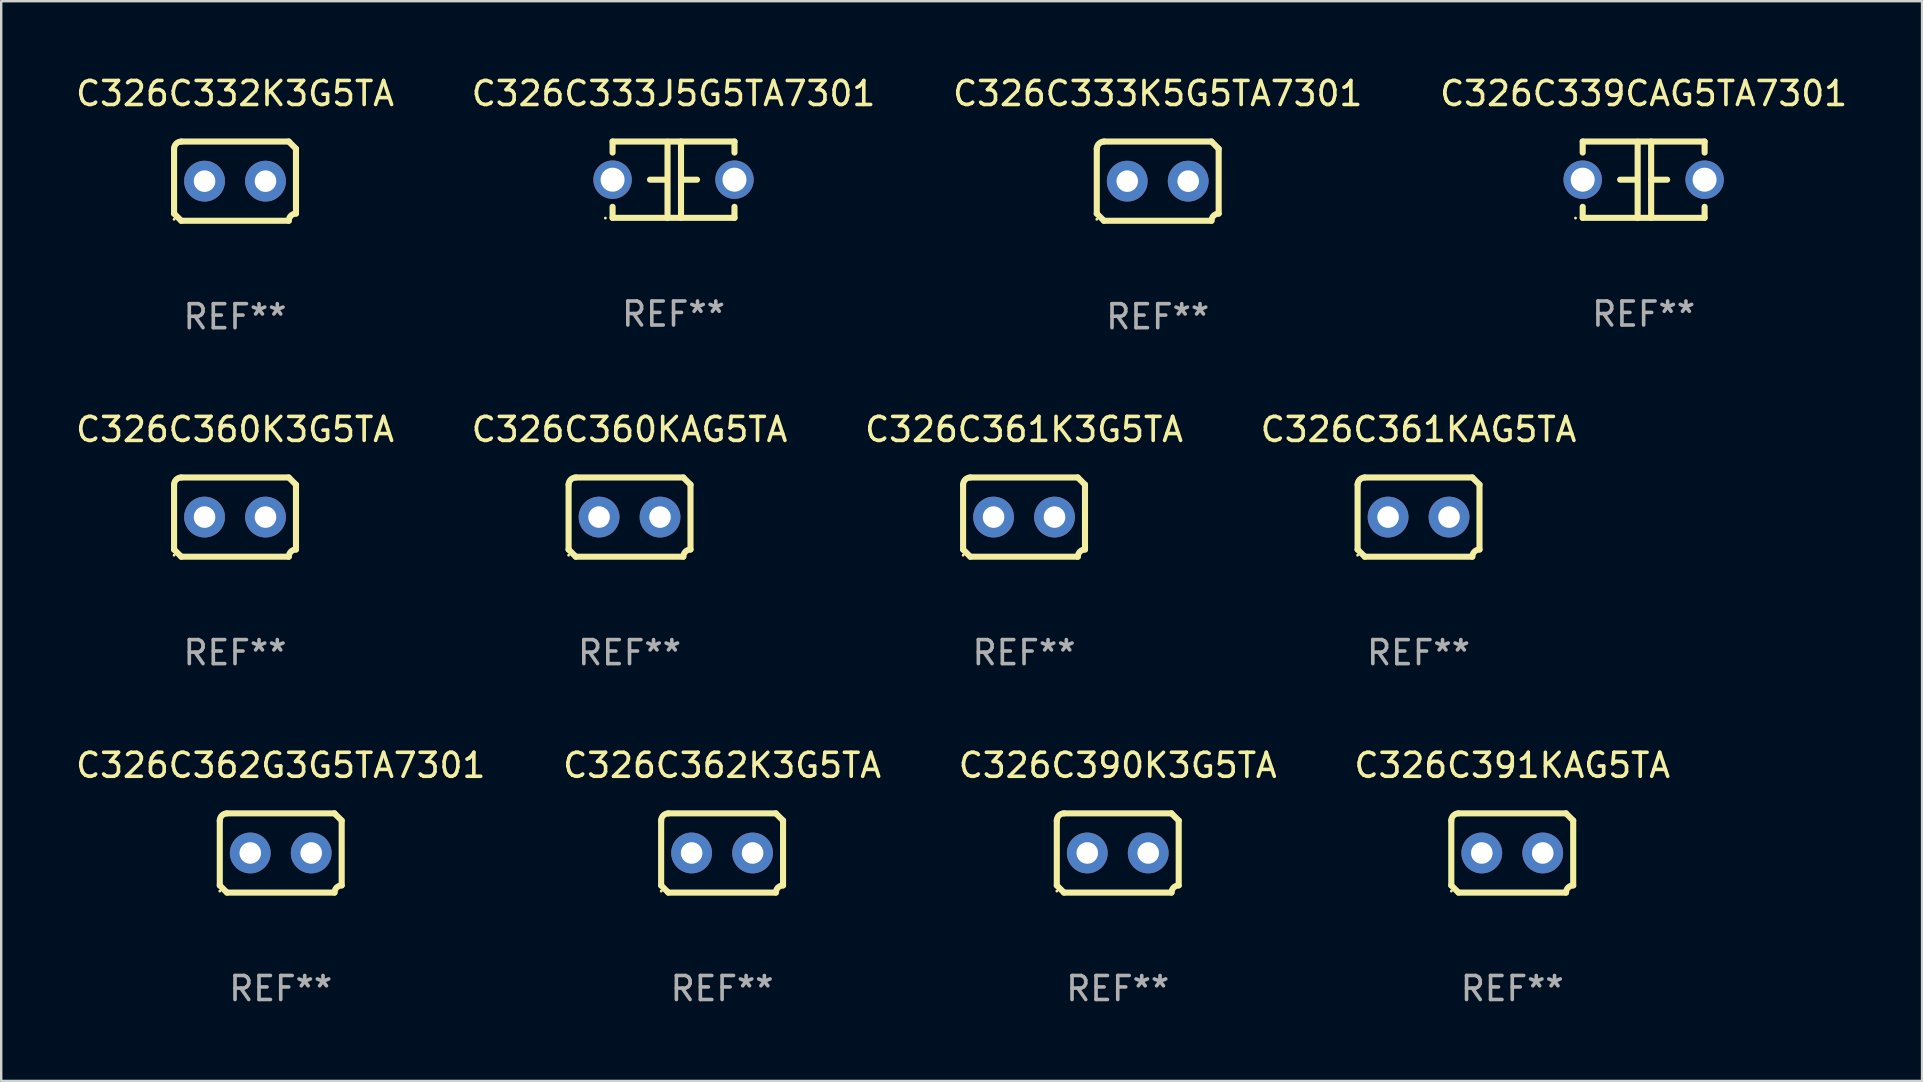
<source format=kicad_pcb>
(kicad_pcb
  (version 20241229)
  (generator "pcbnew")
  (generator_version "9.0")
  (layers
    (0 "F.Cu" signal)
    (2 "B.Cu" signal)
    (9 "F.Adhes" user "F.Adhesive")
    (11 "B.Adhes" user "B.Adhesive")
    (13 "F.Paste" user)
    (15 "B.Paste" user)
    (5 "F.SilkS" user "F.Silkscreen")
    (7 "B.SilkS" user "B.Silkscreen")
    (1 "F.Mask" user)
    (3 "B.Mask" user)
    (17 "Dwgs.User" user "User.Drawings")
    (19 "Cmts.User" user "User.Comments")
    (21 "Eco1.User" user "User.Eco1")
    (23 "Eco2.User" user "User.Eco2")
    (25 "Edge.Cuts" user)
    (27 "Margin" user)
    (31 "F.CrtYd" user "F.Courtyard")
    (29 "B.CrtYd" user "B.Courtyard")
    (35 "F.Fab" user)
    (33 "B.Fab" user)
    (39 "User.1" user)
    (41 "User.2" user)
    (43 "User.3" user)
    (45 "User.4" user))
  (footprint "C326C333J5G5TA7301"
    (layer "F.Cu")
    (at 25.018 4.443)
    (property "Reference" "C326C333J5G5TA7301" (at 0 -3.595 0) (layer "F.SilkS") (effects (font (size 1 1) (thickness 0.15))))
    (attr through_hole)
    (fp_line (start -2.54 -1.595) (end -2.54 -1.136) (stroke (width 0.254) (type solid)) (layer "F.SilkS"))
    (fp_line (start -2.54 -1.595) (end 2.54 -1.595) (stroke (width 0.254) (type solid)) (layer "F.SilkS"))
    (fp_line (start -2.54 1.126) (end -2.54 1.585) (stroke (width 0.254) (type solid)) (layer "F.SilkS"))
    (fp_line (start -0.312 -0.005) (end -0.98 -0.005) (stroke (width 0.254) (type solid)) (layer "F.SilkS"))
    (fp_line (start -0.25 -1.585) (end -0.25 1.595) (stroke (width 0.254) (type solid)) (layer "F.SilkS"))
    (fp_line (start 0.312 -1.595) (end 0.312 1.585) (stroke (width 0.254) (type solid)) (layer "F.SilkS"))
    (fp_line (start 0.312 -0.005) (end 0.98 -0.005) (stroke (width 0.254) (type solid)) (layer "F.SilkS"))
    (fp_line (start 2.54 -1.595) (end 2.54 -1.136) (stroke (width 0.254) (type solid)) (layer "F.SilkS"))
    (fp_line (start 2.54 1.126) (end 2.54 1.585) (stroke (width 0.254) (type solid)) (layer "F.SilkS"))
    (fp_line (start 2.54 1.585) (end -2.54 1.585) (stroke (width 0.254) (type solid)) (layer "F.SilkS"))
    (fp_circle (center -2.84 1.595) (end -2.81 1.595) (stroke (width 0.06) (type solid)) (fill no) (layer "F.SilkS"))
    (fp_text user "REF**" (at 0 5.595 0) (layer "F.Fab") (effects (font (size 1 1) (thickness 0.15))))
    (pad "1" thru_hole circle (at -2.54 -0.005) (size 1.6 1.6) (drill 1) (layers "*.Cu" "*.Mask"))
    (pad "2" thru_hole circle (at 2.54 -0.005) (size 1.6 1.6) (drill 1) (layers "*.Cu" "*.Mask")))
  (footprint "C326C361KAG5TA"
    (layer "F.Cu")
    (at 56.065 18.498)
    (property "Reference" "C326C361KAG5TA" (at 0 -3.651 0) (layer "F.SilkS") (effects (font (size 1 1) (thickness 0.15))))
    (attr through_hole)
    (fp_line (start -2.54 -1.351) (end -2.54 1.351) (stroke (width 0.254) (type solid)) (layer "F.SilkS"))
    (fp_line (start -2.24 -1.651) (end 2.24 -1.651) (stroke (width 0.254) (type solid)) (layer "F.SilkS"))
    (fp_line (start 2.24 1.651) (end -2.24 1.651) (stroke (width 0.254) (type solid)) (layer "F.SilkS"))
    (fp_line (start 2.54 1.351) (end 2.54 -1.351) (stroke (width 0.254) (type solid)) (layer "F.SilkS"))
    (fp_arc (start -2.540005 -1.351283) (mid -2.450115 -1.561309) (end -2.240005 -1.651003) (stroke (width 0.254001) (type solid)) (layer "F.SilkS"))
    (fp_arc (start -2.240287 1.651001) (mid -2.390163 1.501019) (end -2.540005 1.351003) (stroke (width 0.254001) (type solid)) (layer "F.SilkS"))
    (fp_arc (start 2.240005 1.651003) (mid 2.329934 1.441015) (end 2.540005 1.351282) (stroke (width 0.254001) (type solid)) (layer "F.SilkS"))
    (fp_arc (start 2.540005 -1.351003) (mid 2.389393 -1.500252) (end 2.240284 -1.651003) (stroke (width 0.254001) (type solid)) (layer "F.SilkS"))
    (fp_circle (center -2.54 1.59) (end -2.51 1.59) (stroke (width 0.06) (type solid)) (fill no) (layer "F.SilkS"))
    (fp_text user "REF**" (at 0 5.651 0) (layer "F.Fab") (effects (font (size 1 1) (thickness 0.15))))
    (pad "1" thru_hole circle (at -1.27 0) (size 1.7 1.7) (drill 0.9) (layers "*.Cu" "*.Mask"))
    (pad "2" thru_hole circle (at 1.27 0) (size 1.7 1.7) (drill 0.9) (layers "*.Cu" "*.Mask")))
  (footprint "C326C362G3G5TA7301"
    (layer "F.Cu")
    (at 8.649 32.496)
    (property "Reference" "C326C362G3G5TA7301" (at 0 -3.651 0) (layer "F.SilkS") (effects (font (size 1 1) (thickness 0.15))))
    (attr through_hole)
    (fp_line (start -2.54 -1.351) (end -2.54 1.351) (stroke (width 0.254) (type solid)) (layer "F.SilkS"))
    (fp_line (start -2.24 -1.651) (end 2.24 -1.651) (stroke (width 0.254) (type solid)) (layer "F.SilkS"))
    (fp_line (start 2.24 1.651) (end -2.24 1.651) (stroke (width 0.254) (type solid)) (layer "F.SilkS"))
    (fp_line (start 2.54 1.351) (end 2.54 -1.351) (stroke (width 0.254) (type solid)) (layer "F.SilkS"))
    (fp_arc (start -2.540005 -1.351283) (mid -2.450115 -1.561309) (end -2.240005 -1.651003) (stroke (width 0.254001) (type solid)) (layer "F.SilkS"))
    (fp_arc (start -2.240287 1.651001) (mid -2.390163 1.501019) (end -2.540005 1.351003) (stroke (width 0.254001) (type solid)) (layer "F.SilkS"))
    (fp_arc (start 2.240005 1.651003) (mid 2.329934 1.441015) (end 2.540005 1.351282) (stroke (width 0.254001) (type solid)) (layer "F.SilkS"))
    (fp_arc (start 2.540005 -1.351003) (mid 2.389393 -1.500252) (end 2.240284 -1.651003) (stroke (width 0.254001) (type solid)) (layer "F.SilkS"))
    (fp_circle (center -2.54 1.59) (end -2.51 1.59) (stroke (width 0.06) (type solid)) (fill no) (layer "F.SilkS"))
    (fp_text user "REF**" (at 0 5.651 0) (layer "F.Fab") (effects (font (size 1 1) (thickness 0.15))))
    (pad "1" thru_hole circle (at -1.27 0) (size 1.7 1.7) (drill 0.9) (layers "*.Cu" "*.Mask"))
    (pad "2" thru_hole circle (at 1.27 0) (size 1.7 1.7) (drill 0.9) (layers "*.Cu" "*.Mask")))
  (footprint "C326C361K3G5TA"
    (layer "F.Cu")
    (at 39.625 18.498)
    (property "Reference" "C326C361K3G5TA" (at 0 -3.651 0) (layer "F.SilkS") (effects (font (size 1 1) (thickness 0.15))))
    (attr through_hole)
    (fp_line (start -2.54 -1.351) (end -2.54 1.351) (stroke (width 0.254) (type solid)) (layer "F.SilkS"))
    (fp_line (start -2.24 -1.651) (end 2.24 -1.651) (stroke (width 0.254) (type solid)) (layer "F.SilkS"))
    (fp_line (start 2.24 1.651) (end -2.24 1.651) (stroke (width 0.254) (type solid)) (layer "F.SilkS"))
    (fp_line (start 2.54 1.351) (end 2.54 -1.351) (stroke (width 0.254) (type solid)) (layer "F.SilkS"))
    (fp_arc (start -2.540005 -1.351283) (mid -2.450115 -1.561309) (end -2.240005 -1.651003) (stroke (width 0.254001) (type solid)) (layer "F.SilkS"))
    (fp_arc (start -2.240287 1.651001) (mid -2.390163 1.501019) (end -2.540005 1.351003) (stroke (width 0.254001) (type solid)) (layer "F.SilkS"))
    (fp_arc (start 2.240005 1.651003) (mid 2.329934 1.441015) (end 2.540005 1.351282) (stroke (width 0.254001) (type solid)) (layer "F.SilkS"))
    (fp_arc (start 2.540005 -1.351003) (mid 2.389393 -1.500252) (end 2.240284 -1.651003) (stroke (width 0.254001) (type solid)) (layer "F.SilkS"))
    (fp_circle (center -2.54 1.59) (end -2.51 1.59) (stroke (width 0.06) (type solid)) (fill no) (layer "F.SilkS"))
    (fp_text user "REF**" (at 0 5.651 0) (layer "F.Fab") (effects (font (size 1 1) (thickness 0.15))))
    (pad "1" thru_hole circle (at -1.27 0) (size 1.7 1.7) (drill 0.9) (layers "*.Cu" "*.Mask"))
    (pad "2" thru_hole circle (at 1.27 0) (size 1.7 1.7) (drill 0.9) (layers "*.Cu" "*.Mask")))
  (footprint "C326C360K3G5TA"
    (layer "F.Cu")
    (at 6.744 18.498)
    (property "Reference" "C326C360K3G5TA" (at 0 -3.651 0) (layer "F.SilkS") (effects (font (size 1 1) (thickness 0.15))))
    (attr through_hole)
    (fp_line (start -2.54 -1.351) (end -2.54 1.351) (stroke (width 0.254) (type solid)) (layer "F.SilkS"))
    (fp_line (start -2.24 -1.651) (end 2.24 -1.651) (stroke (width 0.254) (type solid)) (layer "F.SilkS"))
    (fp_line (start 2.24 1.651) (end -2.24 1.651) (stroke (width 0.254) (type solid)) (layer "F.SilkS"))
    (fp_line (start 2.54 1.351) (end 2.54 -1.351) (stroke (width 0.254) (type solid)) (layer "F.SilkS"))
    (fp_arc (start -2.540005 -1.351283) (mid -2.450115 -1.561309) (end -2.240005 -1.651003) (stroke (width 0.254001) (type solid)) (layer "F.SilkS"))
    (fp_arc (start -2.240287 1.651001) (mid -2.390163 1.501019) (end -2.540005 1.351003) (stroke (width 0.254001) (type solid)) (layer "F.SilkS"))
    (fp_arc (start 2.240005 1.651003) (mid 2.329934 1.441015) (end 2.540005 1.351282) (stroke (width 0.254001) (type solid)) (layer "F.SilkS"))
    (fp_arc (start 2.540005 -1.351003) (mid 2.389393 -1.500252) (end 2.240284 -1.651003) (stroke (width 0.254001) (type solid)) (layer "F.SilkS"))
    (fp_circle (center -2.54 1.59) (end -2.51 1.59) (stroke (width 0.06) (type solid)) (fill no) (layer "F.SilkS"))
    (fp_text user "REF**" (at 0 5.651 0) (layer "F.Fab") (effects (font (size 1 1) (thickness 0.15))))
    (pad "1" thru_hole circle (at -1.27 0) (size 1.7 1.7) (drill 0.9) (layers "*.Cu" "*.Mask"))
    (pad "2" thru_hole circle (at 1.27 0) (size 1.7 1.7) (drill 0.9) (layers "*.Cu" "*.Mask")))
  (footprint "C326C391KAG5TA"
    (layer "F.Cu")
    (at 59.97 32.496)
    (property "Reference" "C326C391KAG5TA" (at 0 -3.651 0) (layer "F.SilkS") (effects (font (size 1 1) (thickness 0.15))))
    (attr through_hole)
    (fp_line (start -2.54 -1.351) (end -2.54 1.351) (stroke (width 0.254) (type solid)) (layer "F.SilkS"))
    (fp_line (start -2.24 -1.651) (end 2.24 -1.651) (stroke (width 0.254) (type solid)) (layer "F.SilkS"))
    (fp_line (start 2.24 1.651) (end -2.24 1.651) (stroke (width 0.254) (type solid)) (layer "F.SilkS"))
    (fp_line (start 2.54 1.351) (end 2.54 -1.351) (stroke (width 0.254) (type solid)) (layer "F.SilkS"))
    (fp_arc (start -2.540005 -1.351283) (mid -2.450115 -1.561309) (end -2.240005 -1.651003) (stroke (width 0.254001) (type solid)) (layer "F.SilkS"))
    (fp_arc (start -2.240287 1.651001) (mid -2.390163 1.501019) (end -2.540005 1.351003) (stroke (width 0.254001) (type solid)) (layer "F.SilkS"))
    (fp_arc (start 2.240005 1.651003) (mid 2.329934 1.441015) (end 2.540005 1.351282) (stroke (width 0.254001) (type solid)) (layer "F.SilkS"))
    (fp_arc (start 2.540005 -1.351003) (mid 2.389393 -1.500252) (end 2.240284 -1.651003) (stroke (width 0.254001) (type solid)) (layer "F.SilkS"))
    (fp_circle (center -2.54 1.59) (end -2.51 1.59) (stroke (width 0.06) (type solid)) (fill no) (layer "F.SilkS"))
    (fp_text user "REF**" (at 0 5.651 0) (layer "F.Fab") (effects (font (size 1 1) (thickness 0.15))))
    (pad "1" thru_hole circle (at -1.27 0) (size 1.7 1.7) (drill 0.9) (layers "*.Cu" "*.Mask"))
    (pad "2" thru_hole circle (at 1.27 0) (size 1.7 1.7) (drill 0.9) (layers "*.Cu" "*.Mask")))
  (footprint "C326C390K3G5TA"
    (layer "F.Cu")
    (at 43.53 32.496)
    (property "Reference" "C326C390K3G5TA" (at 0 -3.651 0) (layer "F.SilkS") (effects (font (size 1 1) (thickness 0.15))))
    (attr through_hole)
    (fp_line (start -2.54 -1.351) (end -2.54 1.351) (stroke (width 0.254) (type solid)) (layer "F.SilkS"))
    (fp_line (start -2.24 -1.651) (end 2.24 -1.651) (stroke (width 0.254) (type solid)) (layer "F.SilkS"))
    (fp_line (start 2.24 1.651) (end -2.24 1.651) (stroke (width 0.254) (type solid)) (layer "F.SilkS"))
    (fp_line (start 2.54 1.351) (end 2.54 -1.351) (stroke (width 0.254) (type solid)) (layer "F.SilkS"))
    (fp_arc (start -2.540005 -1.351283) (mid -2.450115 -1.561309) (end -2.240005 -1.651003) (stroke (width 0.254001) (type solid)) (layer "F.SilkS"))
    (fp_arc (start -2.240287 1.651001) (mid -2.390163 1.501019) (end -2.540005 1.351003) (stroke (width 0.254001) (type solid)) (layer "F.SilkS"))
    (fp_arc (start 2.240005 1.651003) (mid 2.329934 1.441015) (end 2.540005 1.351282) (stroke (width 0.254001) (type solid)) (layer "F.SilkS"))
    (fp_arc (start 2.540005 -1.351003) (mid 2.389393 -1.500252) (end 2.240284 -1.651003) (stroke (width 0.254001) (type solid)) (layer "F.SilkS"))
    (fp_circle (center -2.54 1.59) (end -2.51 1.59) (stroke (width 0.06) (type solid)) (fill no) (layer "F.SilkS"))
    (fp_text user "REF**" (at 0 5.651 0) (layer "F.Fab") (effects (font (size 1 1) (thickness 0.15))))
    (pad "1" thru_hole circle (at -1.27 0) (size 1.7 1.7) (drill 0.9) (layers "*.Cu" "*.Mask"))
    (pad "2" thru_hole circle (at 1.27 0) (size 1.7 1.7) (drill 0.9) (layers "*.Cu" "*.Mask")))
  (footprint "C326C362K3G5TA"
    (layer "F.Cu")
    (at 27.042 32.496)
    (property "Reference" "C326C362K3G5TA" (at 0 -3.651 0) (layer "F.SilkS") (effects (font (size 1 1) (thickness 0.15))))
    (attr through_hole)
    (fp_line (start -2.54 -1.351) (end -2.54 1.351) (stroke (width 0.254) (type solid)) (layer "F.SilkS"))
    (fp_line (start -2.24 -1.651) (end 2.24 -1.651) (stroke (width 0.254) (type solid)) (layer "F.SilkS"))
    (fp_line (start 2.24 1.651) (end -2.24 1.651) (stroke (width 0.254) (type solid)) (layer "F.SilkS"))
    (fp_line (start 2.54 1.351) (end 2.54 -1.351) (stroke (width 0.254) (type solid)) (layer "F.SilkS"))
    (fp_arc (start -2.540005 -1.351283) (mid -2.450115 -1.561309) (end -2.240005 -1.651003) (stroke (width 0.254001) (type solid)) (layer "F.SilkS"))
    (fp_arc (start -2.240287 1.651001) (mid -2.390163 1.501019) (end -2.540005 1.351003) (stroke (width 0.254001) (type solid)) (layer "F.SilkS"))
    (fp_arc (start 2.240005 1.651003) (mid 2.329934 1.441015) (end 2.540005 1.351282) (stroke (width 0.254001) (type solid)) (layer "F.SilkS"))
    (fp_arc (start 2.540005 -1.351003) (mid 2.389393 -1.500252) (end 2.240284 -1.651003) (stroke (width 0.254001) (type solid)) (layer "F.SilkS"))
    (fp_circle (center -2.54 1.59) (end -2.51 1.59) (stroke (width 0.06) (type solid)) (fill no) (layer "F.SilkS"))
    (fp_text user "REF**" (at 0 5.651 0) (layer "F.Fab") (effects (font (size 1 1) (thickness 0.15))))
    (pad "1" thru_hole circle (at -1.27 0) (size 1.7 1.7) (drill 0.9) (layers "*.Cu" "*.Mask"))
    (pad "2" thru_hole circle (at 1.27 0) (size 1.7 1.7) (drill 0.9) (layers "*.Cu" "*.Mask")))
  (footprint "C326C339CAG5TA7301"
    (layer "F.Cu")
    (at 65.446 4.443)
    (property "Reference" "C326C339CAG5TA7301" (at 0 -3.595 0) (layer "F.SilkS") (effects (font (size 1 1) (thickness 0.15))))
    (attr through_hole)
    (fp_line (start -2.54 -1.595) (end -2.54 -1.136) (stroke (width 0.254) (type solid)) (layer "F.SilkS"))
    (fp_line (start -2.54 -1.595) (end 2.54 -1.595) (stroke (width 0.254) (type solid)) (layer "F.SilkS"))
    (fp_line (start -2.54 1.126) (end -2.54 1.585) (stroke (width 0.254) (type solid)) (layer "F.SilkS"))
    (fp_line (start -0.312 -0.005) (end -0.98 -0.005) (stroke (width 0.254) (type solid)) (layer "F.SilkS"))
    (fp_line (start -0.25 -1.585) (end -0.25 1.595) (stroke (width 0.254) (type solid)) (layer "F.SilkS"))
    (fp_line (start 0.312 -1.595) (end 0.312 1.585) (stroke (width 0.254) (type solid)) (layer "F.SilkS"))
    (fp_line (start 0.312 -0.005) (end 0.98 -0.005) (stroke (width 0.254) (type solid)) (layer "F.SilkS"))
    (fp_line (start 2.54 -1.595) (end 2.54 -1.136) (stroke (width 0.254) (type solid)) (layer "F.SilkS"))
    (fp_line (start 2.54 1.126) (end 2.54 1.585) (stroke (width 0.254) (type solid)) (layer "F.SilkS"))
    (fp_line (start 2.54 1.585) (end -2.54 1.585) (stroke (width 0.254) (type solid)) (layer "F.SilkS"))
    (fp_circle (center -2.84 1.595) (end -2.81 1.595) (stroke (width 0.06) (type solid)) (fill no) (layer "F.SilkS"))
    (fp_text user "REF**" (at 0 5.595 0) (layer "F.Fab") (effects (font (size 1 1) (thickness 0.15))))
    (pad "1" thru_hole circle (at -2.54 -0.005) (size 1.6 1.6) (drill 1) (layers "*.Cu" "*.Mask"))
    (pad "2" thru_hole circle (at 2.54 -0.005) (size 1.6 1.6) (drill 1) (layers "*.Cu" "*.Mask")))
  (footprint "C326C360KAG5TA"
    (layer "F.Cu")
    (at 23.185 18.498)
    (property "Reference" "C326C360KAG5TA" (at 0 -3.651 0) (layer "F.SilkS") (effects (font (size 1 1) (thickness 0.15))))
    (attr through_hole)
    (fp_line (start -2.54 -1.351) (end -2.54 1.351) (stroke (width 0.254) (type solid)) (layer "F.SilkS"))
    (fp_line (start -2.24 -1.651) (end 2.24 -1.651) (stroke (width 0.254) (type solid)) (layer "F.SilkS"))
    (fp_line (start 2.24 1.651) (end -2.24 1.651) (stroke (width 0.254) (type solid)) (layer "F.SilkS"))
    (fp_line (start 2.54 1.351) (end 2.54 -1.351) (stroke (width 0.254) (type solid)) (layer "F.SilkS"))
    (fp_arc (start -2.540005 -1.351283) (mid -2.450115 -1.561309) (end -2.240005 -1.651003) (stroke (width 0.254001) (type solid)) (layer "F.SilkS"))
    (fp_arc (start -2.240287 1.651001) (mid -2.390163 1.501019) (end -2.540005 1.351003) (stroke (width 0.254001) (type solid)) (layer "F.SilkS"))
    (fp_arc (start 2.240005 1.651003) (mid 2.329934 1.441015) (end 2.540005 1.351282) (stroke (width 0.254001) (type solid)) (layer "F.SilkS"))
    (fp_arc (start 2.540005 -1.351003) (mid 2.389393 -1.500252) (end 2.240284 -1.651003) (stroke (width 0.254001) (type solid)) (layer "F.SilkS"))
    (fp_circle (center -2.54 1.59) (end -2.51 1.59) (stroke (width 0.06) (type solid)) (fill no) (layer "F.SilkS"))
    (fp_text user "REF**" (at 0 5.651 0) (layer "F.Fab") (effects (font (size 1 1) (thickness 0.15))))
    (pad "1" thru_hole circle (at -1.27 0) (size 1.7 1.7) (drill 0.9) (layers "*.Cu" "*.Mask"))
    (pad "2" thru_hole circle (at 1.27 0) (size 1.7 1.7) (drill 0.9) (layers "*.Cu" "*.Mask")))
  (footprint "C326C332K3G5TA"
    (layer "F.Cu")
    (at 6.744 4.499)
    (property "Reference" "C326C332K3G5TA" (at 0 -3.651 0) (layer "F.SilkS") (effects (font (size 1 1) (thickness 0.15))))
    (attr through_hole)
    (fp_line (start -2.54 -1.351) (end -2.54 1.351) (stroke (width 0.254) (type solid)) (layer "F.SilkS"))
    (fp_line (start -2.24 -1.651) (end 2.24 -1.651) (stroke (width 0.254) (type solid)) (layer "F.SilkS"))
    (fp_line (start 2.24 1.651) (end -2.24 1.651) (stroke (width 0.254) (type solid)) (layer "F.SilkS"))
    (fp_line (start 2.54 1.351) (end 2.54 -1.351) (stroke (width 0.254) (type solid)) (layer "F.SilkS"))
    (fp_arc (start -2.540005 -1.351283) (mid -2.450115 -1.561309) (end -2.240005 -1.651003) (stroke (width 0.254001) (type solid)) (layer "F.SilkS"))
    (fp_arc (start -2.240287 1.651001) (mid -2.390163 1.501019) (end -2.540005 1.351003) (stroke (width 0.254001) (type solid)) (layer "F.SilkS"))
    (fp_arc (start 2.240005 1.651003) (mid 2.329934 1.441015) (end 2.540005 1.351282) (stroke (width 0.254001) (type solid)) (layer "F.SilkS"))
    (fp_arc (start 2.540005 -1.351003) (mid 2.389393 -1.500252) (end 2.240284 -1.651003) (stroke (width 0.254001) (type solid)) (layer "F.SilkS"))
    (fp_circle (center -2.54 1.59) (end -2.51 1.59) (stroke (width 0.06) (type solid)) (fill no) (layer "F.SilkS"))
    (fp_text user "REF**" (at 0 5.651 0) (layer "F.Fab") (effects (font (size 1 1) (thickness 0.15))))
    (pad "1" thru_hole circle (at -1.27 0) (size 1.7 1.7) (drill 0.9) (layers "*.Cu" "*.Mask"))
    (pad "2" thru_hole circle (at 1.27 0) (size 1.7 1.7) (drill 0.9) (layers "*.Cu" "*.Mask")))
  (footprint "C326C333K5G5TA7301"
    (layer "F.Cu")
    (at 45.196 4.499)
    (property "Reference" "C326C333K5G5TA7301" (at 0 -3.651 0) (layer "F.SilkS") (effects (font (size 1 1) (thickness 0.15))))
    (attr through_hole)
    (fp_line (start -2.54 -1.351) (end -2.54 1.351) (stroke (width 0.254) (type solid)) (layer "F.SilkS"))
    (fp_line (start -2.24 -1.651) (end 2.24 -1.651) (stroke (width 0.254) (type solid)) (layer "F.SilkS"))
    (fp_line (start 2.24 1.651) (end -2.24 1.651) (stroke (width 0.254) (type solid)) (layer "F.SilkS"))
    (fp_line (start 2.54 1.351) (end 2.54 -1.351) (stroke (width 0.254) (type solid)) (layer "F.SilkS"))
    (fp_arc (start -2.540005 -1.351283) (mid -2.450115 -1.561309) (end -2.240005 -1.651003) (stroke (width 0.254001) (type solid)) (layer "F.SilkS"))
    (fp_arc (start -2.240287 1.651001) (mid -2.390163 1.501019) (end -2.540005 1.351003) (stroke (width 0.254001) (type solid)) (layer "F.SilkS"))
    (fp_arc (start 2.240005 1.651003) (mid 2.329934 1.441015) (end 2.540005 1.351282) (stroke (width 0.254001) (type solid)) (layer "F.SilkS"))
    (fp_arc (start 2.540005 -1.351003) (mid 2.389393 -1.500252) (end 2.240284 -1.651003) (stroke (width 0.254001) (type solid)) (layer "F.SilkS"))
    (fp_circle (center -2.54 1.59) (end -2.51 1.59) (stroke (width 0.06) (type solid)) (fill no) (layer "F.SilkS"))
    (fp_text user "REF**" (at 0 5.651 0) (layer "F.Fab") (effects (font (size 1 1) (thickness 0.15))))
    (pad "1" thru_hole circle (at -1.27 0) (size 1.7 1.7) (drill 0.9) (layers "*.Cu" "*.Mask"))
    (pad "2" thru_hole circle (at 1.27 0) (size 1.7 1.7) (drill 0.9) (layers "*.Cu" "*.Mask")))
  (gr_rect
    (start -3 -3)
    (end 77.048 41.996)
    (stroke (width 0.1) (type default))
    (fill no)
    (layer "Edge.Cuts")))
</source>
